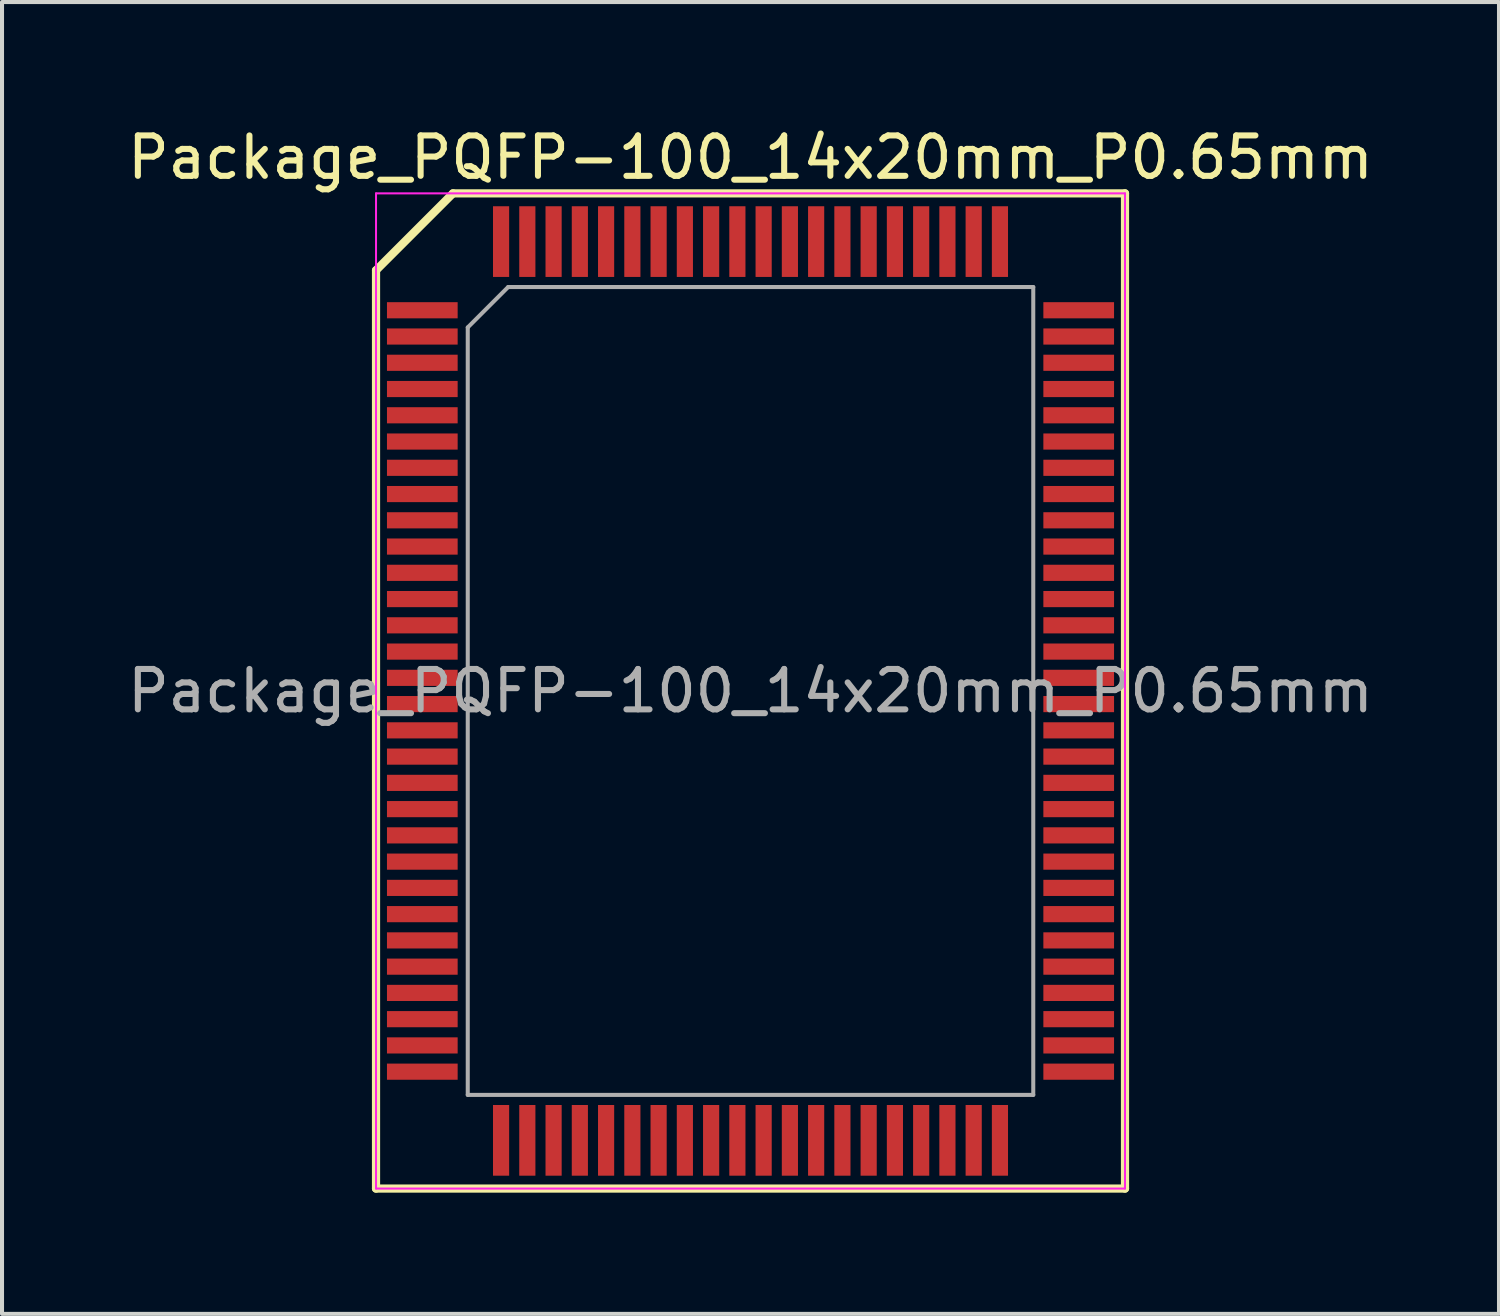
<source format=kicad_pcb>
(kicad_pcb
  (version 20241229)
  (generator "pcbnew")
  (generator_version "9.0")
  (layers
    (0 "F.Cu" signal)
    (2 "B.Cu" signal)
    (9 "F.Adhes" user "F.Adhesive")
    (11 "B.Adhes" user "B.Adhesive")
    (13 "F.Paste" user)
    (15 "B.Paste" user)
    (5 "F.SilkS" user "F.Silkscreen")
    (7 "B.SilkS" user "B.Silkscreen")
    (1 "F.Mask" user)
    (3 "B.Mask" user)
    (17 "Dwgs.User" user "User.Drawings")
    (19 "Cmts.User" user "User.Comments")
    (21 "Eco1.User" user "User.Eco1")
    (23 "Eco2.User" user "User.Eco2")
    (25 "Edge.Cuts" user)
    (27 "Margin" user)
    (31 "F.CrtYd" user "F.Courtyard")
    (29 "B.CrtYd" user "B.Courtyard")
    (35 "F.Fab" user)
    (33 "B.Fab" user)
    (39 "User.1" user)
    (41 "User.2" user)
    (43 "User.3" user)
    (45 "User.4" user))
  (footprint "Package_PQFP-100_14x20mm_P0.65mm"
    (layer "F.Cu")
    (at 15.53 14.056)
    (property "Reference" "Package_PQFP-100_14x20mm_P0.65mm" (at 0 -13.208 0) (layer "F.SilkS") (effects (font (size 1 1) (thickness 0.15))))
    (attr smd)
    (fp_line (start -9.271 -10.414) (end -7.366 -12.319) (stroke (width 0.203) (type solid)) (layer "F.SilkS"))
    (fp_line (start -9.271 12.319) (end -9.271 -10.414) (stroke (width 0.203) (type solid)) (layer "F.SilkS"))
    (fp_line (start -7.366 -12.319) (end 9.271 -12.319) (stroke (width 0.203) (type solid)) (layer "F.SilkS"))
    (fp_line (start 9.271 -12.319) (end 9.271 12.319) (stroke (width 0.203) (type solid)) (layer "F.SilkS"))
    (fp_line (start 9.271 12.319) (end -9.271 12.319) (stroke (width 0.203) (type solid)) (layer "F.SilkS"))
    (fp_line (start -9.271 -12.319) (end -9.271 12.319) (stroke (width 0.05) (type solid)) (layer "F.CrtYd"))
    (fp_line (start -9.271 12.319) (end 9.271 12.319) (stroke (width 0.05) (type solid)) (layer "F.CrtYd"))
    (fp_line (start 9.271 -12.319) (end -9.271 -12.319) (stroke (width 0.05) (type solid)) (layer "F.CrtYd"))
    (fp_line (start 9.271 -12.319) (end 9.271 12.319) (stroke (width 0.05) (type solid)) (layer "F.CrtYd"))
    (fp_line (start -7 -9) (end -6 -10) (stroke (width 0.1) (type solid)) (layer "F.Fab"))
    (fp_line (start -7 10) (end -7 -9) (stroke (width 0.1) (type solid)) (layer "F.Fab"))
    (fp_line (start -6 -10) (end 7 -10) (stroke (width 0.1) (type solid)) (layer "F.Fab"))
    (fp_line (start 7 -10) (end 7 10) (stroke (width 0.1) (type solid)) (layer "F.Fab"))
    (fp_line (start 7 10) (end -7 10) (stroke (width 0.1) (type solid)) (layer "F.Fab"))
    (fp_text user "${REFERENCE}" (at 0 0 0) (layer "F.Fab") (effects (font (size 1 1) (thickness 0.15))))
    (pad "1" smd rect (at -8.125 -9.425) (size 1.75 0.4) (layers "F.Cu" "F.Mask" "F.Paste"))
    (pad "2" smd rect (at -8.125 -8.775) (size 1.75 0.4) (layers "F.Cu" "F.Mask" "F.Paste"))
    (pad "3" smd rect (at -8.125 -8.125) (size 1.75 0.4) (layers "F.Cu" "F.Mask" "F.Paste"))
    (pad "4" smd rect (at -8.125 -7.475) (size 1.75 0.4) (layers "F.Cu" "F.Mask" "F.Paste"))
    (pad "5" smd rect (at -8.125 -6.825) (size 1.75 0.4) (layers "F.Cu" "F.Mask" "F.Paste"))
    (pad "6" smd rect (at -8.125 -6.175) (size 1.75 0.4) (layers "F.Cu" "F.Mask" "F.Paste"))
    (pad "7" smd rect (at -8.125 -5.525) (size 1.75 0.4) (layers "F.Cu" "F.Mask" "F.Paste"))
    (pad "8" smd rect (at -8.125 -4.875) (size 1.75 0.4) (layers "F.Cu" "F.Mask" "F.Paste"))
    (pad "9" smd rect (at -8.125 -4.225) (size 1.75 0.4) (layers "F.Cu" "F.Mask" "F.Paste"))
    (pad "10" smd rect (at -8.125 -3.575) (size 1.75 0.4) (layers "F.Cu" "F.Mask" "F.Paste"))
    (pad "11" smd rect (at -8.125 -2.925) (size 1.75 0.4) (layers "F.Cu" "F.Mask" "F.Paste"))
    (pad "12" smd rect (at -8.125 -2.275) (size 1.75 0.4) (layers "F.Cu" "F.Mask" "F.Paste"))
    (pad "13" smd rect (at -8.125 -1.625) (size 1.75 0.4) (layers "F.Cu" "F.Mask" "F.Paste"))
    (pad "14" smd rect (at -8.125 -0.975) (size 1.75 0.4) (layers "F.Cu" "F.Mask" "F.Paste"))
    (pad "15" smd rect (at -8.125 -0.325) (size 1.75 0.4) (layers "F.Cu" "F.Mask" "F.Paste"))
    (pad "16" smd rect (at -8.125 0.325) (size 1.75 0.4) (layers "F.Cu" "F.Mask" "F.Paste"))
    (pad "17" smd rect (at -8.125 0.975) (size 1.75 0.4) (layers "F.Cu" "F.Mask" "F.Paste"))
    (pad "18" smd rect (at -8.125 1.625) (size 1.75 0.4) (layers "F.Cu" "F.Mask" "F.Paste"))
    (pad "19" smd rect (at -8.125 2.275) (size 1.75 0.4) (layers "F.Cu" "F.Mask" "F.Paste"))
    (pad "20" smd rect (at -8.125 2.925) (size 1.75 0.4) (layers "F.Cu" "F.Mask" "F.Paste"))
    (pad "21" smd rect (at -8.125 3.575) (size 1.75 0.4) (layers "F.Cu" "F.Mask" "F.Paste"))
    (pad "22" smd rect (at -8.125 4.225) (size 1.75 0.4) (layers "F.Cu" "F.Mask" "F.Paste"))
    (pad "23" smd rect (at -8.125 4.875) (size 1.75 0.4) (layers "F.Cu" "F.Mask" "F.Paste"))
    (pad "24" smd rect (at -8.125 5.525) (size 1.75 0.4) (layers "F.Cu" "F.Mask" "F.Paste"))
    (pad "25" smd rect (at -8.125 6.175) (size 1.75 0.4) (layers "F.Cu" "F.Mask" "F.Paste"))
    (pad "26" smd rect (at -8.125 6.825) (size 1.75 0.4) (layers "F.Cu" "F.Mask" "F.Paste"))
    (pad "27" smd rect (at -8.125 7.475) (size 1.75 0.4) (layers "F.Cu" "F.Mask" "F.Paste"))
    (pad "28" smd rect (at -8.125 8.125) (size 1.75 0.4) (layers "F.Cu" "F.Mask" "F.Paste"))
    (pad "29" smd rect (at -8.125 8.775) (size 1.75 0.4) (layers "F.Cu" "F.Mask" "F.Paste"))
    (pad "30" smd rect (at -8.125 9.425) (size 1.75 0.4) (layers "F.Cu" "F.Mask" "F.Paste"))
    (pad "31" smd rect (at -6.175 11.125) (size 0.4 1.75) (layers "F.Cu" "F.Mask" "F.Paste"))
    (pad "32" smd rect (at -5.525 11.125) (size 0.4 1.75) (layers "F.Cu" "F.Mask" "F.Paste"))
    (pad "33" smd rect (at -4.875 11.125) (size 0.4 1.75) (layers "F.Cu" "F.Mask" "F.Paste"))
    (pad "34" smd rect (at -4.225 11.125) (size 0.4 1.75) (layers "F.Cu" "F.Mask" "F.Paste"))
    (pad "35" smd rect (at -3.575 11.125) (size 0.4 1.75) (layers "F.Cu" "F.Mask" "F.Paste"))
    (pad "36" smd rect (at -2.925 11.125) (size 0.4 1.75) (layers "F.Cu" "F.Mask" "F.Paste"))
    (pad "37" smd rect (at -2.275 11.125) (size 0.4 1.75) (layers "F.Cu" "F.Mask" "F.Paste"))
    (pad "38" smd rect (at -1.625 11.125) (size 0.4 1.75) (layers "F.Cu" "F.Mask" "F.Paste"))
    (pad "39" smd rect (at -0.975 11.125) (size 0.4 1.75) (layers "F.Cu" "F.Mask" "F.Paste"))
    (pad "40" smd rect (at -0.325 11.125) (size 0.4 1.75) (layers "F.Cu" "F.Mask" "F.Paste"))
    (pad "41" smd rect (at 0.325 11.125) (size 0.4 1.75) (layers "F.Cu" "F.Mask" "F.Paste"))
    (pad "42" smd rect (at 0.975 11.125) (size 0.4 1.75) (layers "F.Cu" "F.Mask" "F.Paste"))
    (pad "43" smd rect (at 1.625 11.125) (size 0.4 1.75) (layers "F.Cu" "F.Mask" "F.Paste"))
    (pad "44" smd rect (at 2.275 11.125) (size 0.4 1.75) (layers "F.Cu" "F.Mask" "F.Paste"))
    (pad "45" smd rect (at 2.925 11.125) (size 0.4 1.75) (layers "F.Cu" "F.Mask" "F.Paste"))
    (pad "46" smd rect (at 3.575 11.125) (size 0.4 1.75) (layers "F.Cu" "F.Mask" "F.Paste"))
    (pad "47" smd rect (at 4.225 11.125) (size 0.4 1.75) (layers "F.Cu" "F.Mask" "F.Paste"))
    (pad "48" smd rect (at 4.875 11.125) (size 0.4 1.75) (layers "F.Cu" "F.Mask" "F.Paste"))
    (pad "49" smd rect (at 5.525 11.125) (size 0.4 1.75) (layers "F.Cu" "F.Mask" "F.Paste"))
    (pad "50" smd rect (at 6.175 11.125) (size 0.4 1.75) (layers "F.Cu" "F.Mask" "F.Paste"))
    (pad "51" smd rect (at 8.125 9.425) (size 1.75 0.4) (layers "F.Cu" "F.Mask" "F.Paste"))
    (pad "52" smd rect (at 8.125 8.775) (size 1.75 0.4) (layers "F.Cu" "F.Mask" "F.Paste"))
    (pad "53" smd rect (at 8.125 8.125) (size 1.75 0.4) (layers "F.Cu" "F.Mask" "F.Paste"))
    (pad "54" smd rect (at 8.125 7.475) (size 1.75 0.4) (layers "F.Cu" "F.Mask" "F.Paste"))
    (pad "55" smd rect (at 8.125 6.825) (size 1.75 0.4) (layers "F.Cu" "F.Mask" "F.Paste"))
    (pad "56" smd rect (at 8.125 6.175) (size 1.75 0.4) (layers "F.Cu" "F.Mask" "F.Paste"))
    (pad "57" smd rect (at 8.125 5.525) (size 1.75 0.4) (layers "F.Cu" "F.Mask" "F.Paste"))
    (pad "58" smd rect (at 8.125 4.875) (size 1.75 0.4) (layers "F.Cu" "F.Mask" "F.Paste"))
    (pad "59" smd rect (at 8.125 4.225) (size 1.75 0.4) (layers "F.Cu" "F.Mask" "F.Paste"))
    (pad "60" smd rect (at 8.125 3.575) (size 1.75 0.4) (layers "F.Cu" "F.Mask" "F.Paste"))
    (pad "61" smd rect (at 8.125 2.925) (size 1.75 0.4) (layers "F.Cu" "F.Mask" "F.Paste"))
    (pad "62" smd rect (at 8.125 2.275) (size 1.75 0.4) (layers "F.Cu" "F.Mask" "F.Paste"))
    (pad "63" smd rect (at 8.125 1.625) (size 1.75 0.4) (layers "F.Cu" "F.Mask" "F.Paste"))
    (pad "64" smd rect (at 8.125 0.975) (size 1.75 0.4) (layers "F.Cu" "F.Mask" "F.Paste"))
    (pad "65" smd rect (at 8.125 0.325) (size 1.75 0.4) (layers "F.Cu" "F.Mask" "F.Paste"))
    (pad "66" smd rect (at 8.125 -0.325) (size 1.75 0.4) (layers "F.Cu" "F.Mask" "F.Paste"))
    (pad "67" smd rect (at 8.125 -0.975) (size 1.75 0.4) (layers "F.Cu" "F.Mask" "F.Paste"))
    (pad "68" smd rect (at 8.125 -1.625) (size 1.75 0.4) (layers "F.Cu" "F.Mask" "F.Paste"))
    (pad "69" smd rect (at 8.125 -2.275) (size 1.75 0.4) (layers "F.Cu" "F.Mask" "F.Paste"))
    (pad "70" smd rect (at 8.125 -2.925) (size 1.75 0.4) (layers "F.Cu" "F.Mask" "F.Paste"))
    (pad "71" smd rect (at 8.125 -3.575) (size 1.75 0.4) (layers "F.Cu" "F.Mask" "F.Paste"))
    (pad "72" smd rect (at 8.125 -4.225) (size 1.75 0.4) (layers "F.Cu" "F.Mask" "F.Paste"))
    (pad "73" smd rect (at 8.125 -4.875) (size 1.75 0.4) (layers "F.Cu" "F.Mask" "F.Paste"))
    (pad "74" smd rect (at 8.125 -5.525) (size 1.75 0.4) (layers "F.Cu" "F.Mask" "F.Paste"))
    (pad "75" smd rect (at 8.125 -6.175) (size 1.75 0.4) (layers "F.Cu" "F.Mask" "F.Paste"))
    (pad "76" smd rect (at 8.125 -6.825) (size 1.75 0.4) (layers "F.Cu" "F.Mask" "F.Paste"))
    (pad "77" smd rect (at 8.125 -7.475) (size 1.75 0.4) (layers "F.Cu" "F.Mask" "F.Paste"))
    (pad "78" smd rect (at 8.125 -8.125) (size 1.75 0.4) (layers "F.Cu" "F.Mask" "F.Paste"))
    (pad "79" smd rect (at 8.125 -8.775) (size 1.75 0.4) (layers "F.Cu" "F.Mask" "F.Paste"))
    (pad "80" smd rect (at 8.125 -9.425) (size 1.75 0.4) (layers "F.Cu" "F.Mask" "F.Paste"))
    (pad "81" smd rect (at 6.175 -11.125) (size 0.4 1.75) (layers "F.Cu" "F.Mask" "F.Paste"))
    (pad "82" smd rect (at 5.525 -11.125) (size 0.4 1.75) (layers "F.Cu" "F.Mask" "F.Paste"))
    (pad "83" smd rect (at 4.875 -11.125) (size 0.4 1.75) (layers "F.Cu" "F.Mask" "F.Paste"))
    (pad "84" smd rect (at 4.225 -11.125) (size 0.4 1.75) (layers "F.Cu" "F.Mask" "F.Paste"))
    (pad "85" smd rect (at 3.575 -11.125) (size 0.4 1.75) (layers "F.Cu" "F.Mask" "F.Paste"))
    (pad "86" smd rect (at 2.925 -11.125) (size 0.4 1.75) (layers "F.Cu" "F.Mask" "F.Paste"))
    (pad "87" smd rect (at 2.275 -11.125) (size 0.4 1.75) (layers "F.Cu" "F.Mask" "F.Paste"))
    (pad "88" smd rect (at 1.625 -11.125) (size 0.4 1.75) (layers "F.Cu" "F.Mask" "F.Paste"))
    (pad "89" smd rect (at 0.975 -11.125) (size 0.4 1.75) (layers "F.Cu" "F.Mask" "F.Paste"))
    (pad "90" smd rect (at 0.325 -11.125) (size 0.4 1.75) (layers "F.Cu" "F.Mask" "F.Paste"))
    (pad "91" smd rect (at -0.325 -11.125) (size 0.4 1.75) (layers "F.Cu" "F.Mask" "F.Paste"))
    (pad "92" smd rect (at -0.975 -11.125) (size 0.4 1.75) (layers "F.Cu" "F.Mask" "F.Paste"))
    (pad "93" smd rect (at -1.625 -11.125) (size 0.4 1.75) (layers "F.Cu" "F.Mask" "F.Paste"))
    (pad "94" smd rect (at -2.275 -11.125) (size 0.4 1.75) (layers "F.Cu" "F.Mask" "F.Paste"))
    (pad "95" smd rect (at -2.925 -11.125) (size 0.4 1.75) (layers "F.Cu" "F.Mask" "F.Paste"))
    (pad "96" smd rect (at -3.575 -11.125) (size 0.4 1.75) (layers "F.Cu" "F.Mask" "F.Paste"))
    (pad "97" smd rect (at -4.225 -11.125) (size 0.4 1.75) (layers "F.Cu" "F.Mask" "F.Paste"))
    (pad "98" smd rect (at -4.875 -11.125) (size 0.4 1.75) (layers "F.Cu" "F.Mask" "F.Paste"))
    (pad "99" smd rect (at -5.525 -11.125) (size 0.4 1.75) (layers "F.Cu" "F.Mask" "F.Paste"))
    (pad "100" smd rect (at -6.175 -11.125) (size 0.4 1.75) (layers "F.Cu" "F.Mask" "F.Paste")))
  (gr_rect
    (start -3 -3)
    (end 34.06 29.477)
    (stroke (width 0.1) (type default))
    (fill no)
    (layer "Edge.Cuts")))
</source>
